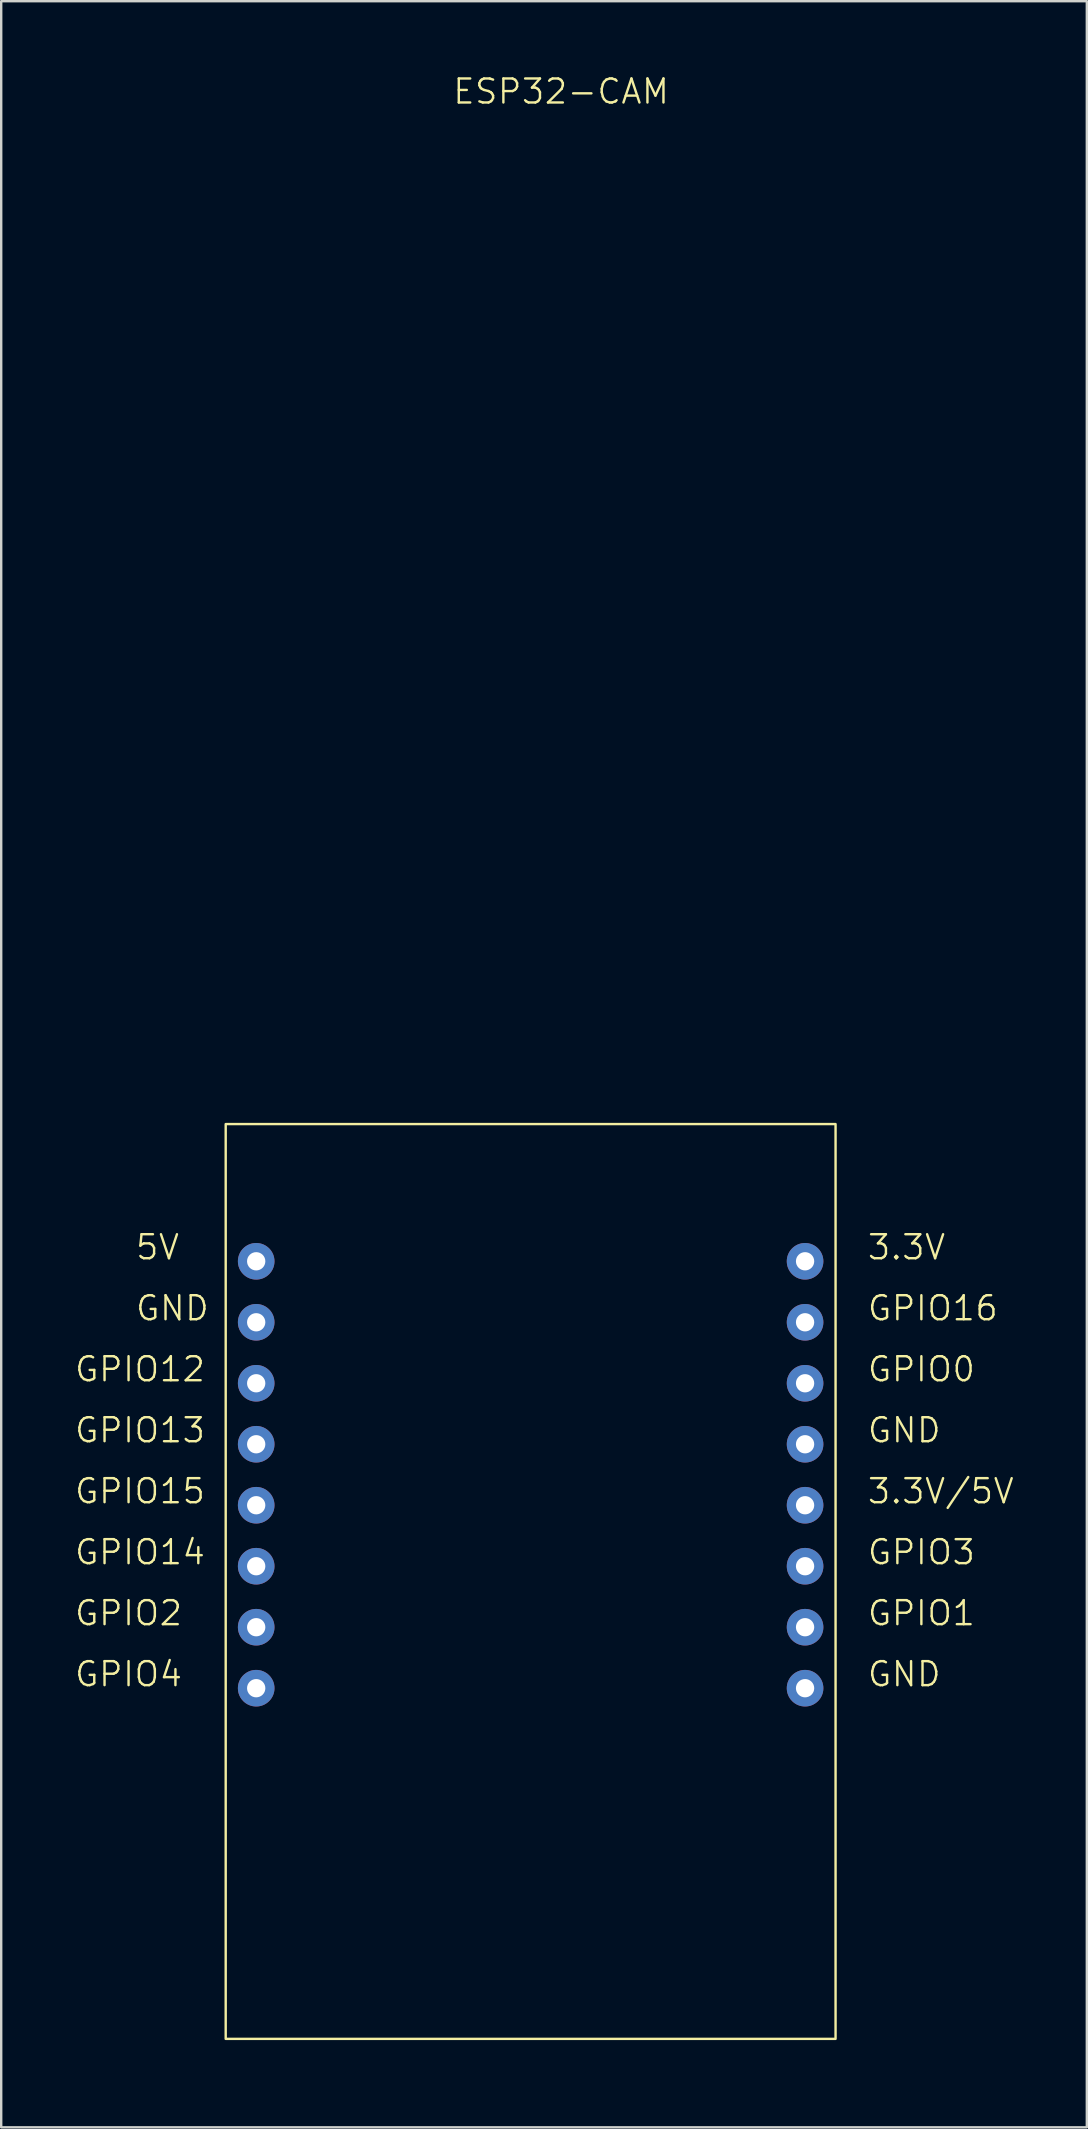
<source format=kicad_pcb>
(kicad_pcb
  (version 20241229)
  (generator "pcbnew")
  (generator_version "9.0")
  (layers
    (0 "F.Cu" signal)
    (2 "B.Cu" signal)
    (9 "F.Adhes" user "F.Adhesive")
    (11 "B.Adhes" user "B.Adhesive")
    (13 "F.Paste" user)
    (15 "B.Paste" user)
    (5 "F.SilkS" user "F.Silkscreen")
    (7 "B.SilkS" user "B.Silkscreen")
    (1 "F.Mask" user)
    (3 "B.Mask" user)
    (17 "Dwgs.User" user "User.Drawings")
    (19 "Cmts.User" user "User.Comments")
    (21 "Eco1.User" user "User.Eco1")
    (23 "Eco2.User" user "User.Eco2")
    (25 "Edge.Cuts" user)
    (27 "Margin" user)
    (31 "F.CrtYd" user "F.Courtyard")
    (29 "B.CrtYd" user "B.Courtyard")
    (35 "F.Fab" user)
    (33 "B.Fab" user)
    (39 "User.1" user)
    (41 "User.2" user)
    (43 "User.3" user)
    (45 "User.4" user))
  (footprint "ESP32-CAM"
    (layer "F.Cu")
    (at 20.32 59.641)
    (property "Reference" "ESP32-CAM" (at 0 -58.88 0) (unlocked yes) (layer "F.SilkS") (effects (font (size 1 1) (thickness 0.1))))
    (attr through_hole)
    (fp_rect (start -13.97 -15.875) (end 11.43 22.225) (stroke (width 0.1) (type default)) (fill no) (layer "F.SilkS"))
    (fp_rect (start -14.605 -16.51) (end 12.065 22.86) (stroke (width 0.1) (type default)) (fill no) (layer "Margin"))
    (fp_text user "GPIO15" (at -20.32 0 0) (unlocked yes) (layer "F.SilkS") (effects (font (size 1 1) (thickness 0.1)) (justify left bottom)))
    (fp_text user "3.3V" (at 12.7 -10.16 0) (unlocked yes) (layer "F.SilkS") (effects (font (size 1 1) (thickness 0.1)) (justify left bottom)))
    (fp_text user "GPIO12" (at -20.32 -5.08 0) (unlocked yes) (layer "F.SilkS") (effects (font (size 1 1) (thickness 0.1)) (justify left bottom)))
    (fp_text user "GPIO0" (at 12.7 -5.08 0) (unlocked yes) (layer "F.SilkS") (effects (font (size 1 1) (thickness 0.1)) (justify left bottom)))
    (fp_text user "GPIO4" (at -20.32 7.62 0) (unlocked yes) (layer "F.SilkS") (effects (font (size 1 1) (thickness 0.1)) (justify left bottom)))
    (fp_text user "GND" (at 12.7 7.62 0) (unlocked yes) (layer "F.SilkS") (effects (font (size 1 1) (thickness 0.1)) (justify left bottom)))
    (fp_text user "GPIO2" (at -20.32 5.08 0) (unlocked yes) (layer "F.SilkS") (effects (font (size 1 1) (thickness 0.1)) (justify left bottom)))
    (fp_text user "GPIO14" (at -20.32 2.54 0) (unlocked yes) (layer "F.SilkS") (effects (font (size 1 1) (thickness 0.1)) (justify left bottom)))
    (fp_text user "GND" (at 12.7 -2.54 0) (unlocked yes) (layer "F.SilkS") (effects (font (size 1 1) (thickness 0.1)) (justify left bottom)))
    (fp_text user "GPIO13" (at -20.32 -2.54 0) (unlocked yes) (layer "F.SilkS") (effects (font (size 1 1) (thickness 0.1)) (justify left bottom)))
    (fp_text user "GPIO3" (at 12.7 2.54 0) (unlocked yes) (layer "F.SilkS") (effects (font (size 1 1) (thickness 0.1)) (justify left bottom)))
    (fp_text user "GND" (at -17.78 -7.62 0) (unlocked yes) (layer "F.SilkS") (effects (font (size 1 1) (thickness 0.1)) (justify left bottom)))
    (fp_text user "3.3V/5V" (at 12.7 0 0) (unlocked yes) (layer "F.SilkS") (effects (font (size 1 1) (thickness 0.1)) (justify left bottom)))
    (fp_text user "GPIO16" (at 12.7 -7.62 0) (unlocked yes) (layer "F.SilkS") (effects (font (size 1 1) (thickness 0.1)) (justify left bottom)))
    (fp_text user "GPIO1" (at 12.7 5.08 0) (unlocked yes) (layer "F.SilkS") (effects (font (size 1 1) (thickness 0.1)) (justify left bottom)))
    (fp_text user "5V" (at -17.78 -10.16 0) (unlocked yes) (layer "F.SilkS") (effects (font (size 1 1) (thickness 0.1)) (justify left bottom)))
    (pad "1" thru_hole circle (at -12.7 -10.16) (size 1.524 1.524) (drill 0.762) (layers "*.Cu" "*.Mask"))
    (pad "2" thru_hole circle (at -12.7 -7.62) (size 1.524 1.524) (drill 0.762) (layers "*.Cu" "*.Mask"))
    (pad "3" thru_hole circle (at -12.7 -5.08) (size 1.524 1.524) (drill 0.762) (layers "*.Cu" "*.Mask"))
    (pad "4" thru_hole circle (at -12.7 -2.54) (size 1.524 1.524) (drill 0.762) (layers "*.Cu" "*.Mask"))
    (pad "5" thru_hole circle (at -12.7 0) (size 1.524 1.524) (drill 0.762) (layers "*.Cu" "*.Mask"))
    (pad "6" thru_hole circle (at -12.7 2.54) (size 1.524 1.524) (drill 0.762) (layers "*.Cu" "*.Mask"))
    (pad "7" thru_hole circle (at -12.7 5.08) (size 1.524 1.524) (drill 0.762) (layers "*.Cu" "*.Mask"))
    (pad "8" thru_hole circle (at -12.7 7.62) (size 1.524 1.524) (drill 0.762) (layers "*.Cu" "*.Mask"))
    (pad "9" thru_hole circle (at 10.16 7.62) (size 1.524 1.524) (drill 0.762) (layers "*.Cu" "*.Mask"))
    (pad "10" thru_hole circle (at 10.16 5.08) (size 1.524 1.524) (drill 0.762) (layers "*.Cu" "*.Mask"))
    (pad "11" thru_hole circle (at 10.16 2.54) (size 1.524 1.524) (drill 0.762) (layers "*.Cu" "*.Mask"))
    (pad "12" thru_hole circle (at 10.16 0) (size 1.524 1.524) (drill 0.762) (layers "*.Cu" "*.Mask"))
    (pad "13" thru_hole circle (at 10.16 -2.54) (size 1.524 1.524) (drill 0.762) (layers "*.Cu" "*.Mask"))
    (pad "14" thru_hole circle (at 10.16 -5.08) (size 1.524 1.524) (drill 0.762) (layers "*.Cu" "*.Mask"))
    (pad "15" thru_hole circle (at 10.16 -7.62) (size 1.524 1.524) (drill 0.762) (layers "*.Cu" "*.Mask"))
    (pad "16" thru_hole circle (at 10.16 -10.16) (size 1.524 1.524) (drill 0.762) (layers "*.Cu" "*.Mask")))
  (gr_rect
    (start -3 -3)
    (end 42.215 85.55)
    (stroke (width 0.1) (type default))
    (fill no)
    (layer "Edge.Cuts")))
</source>
